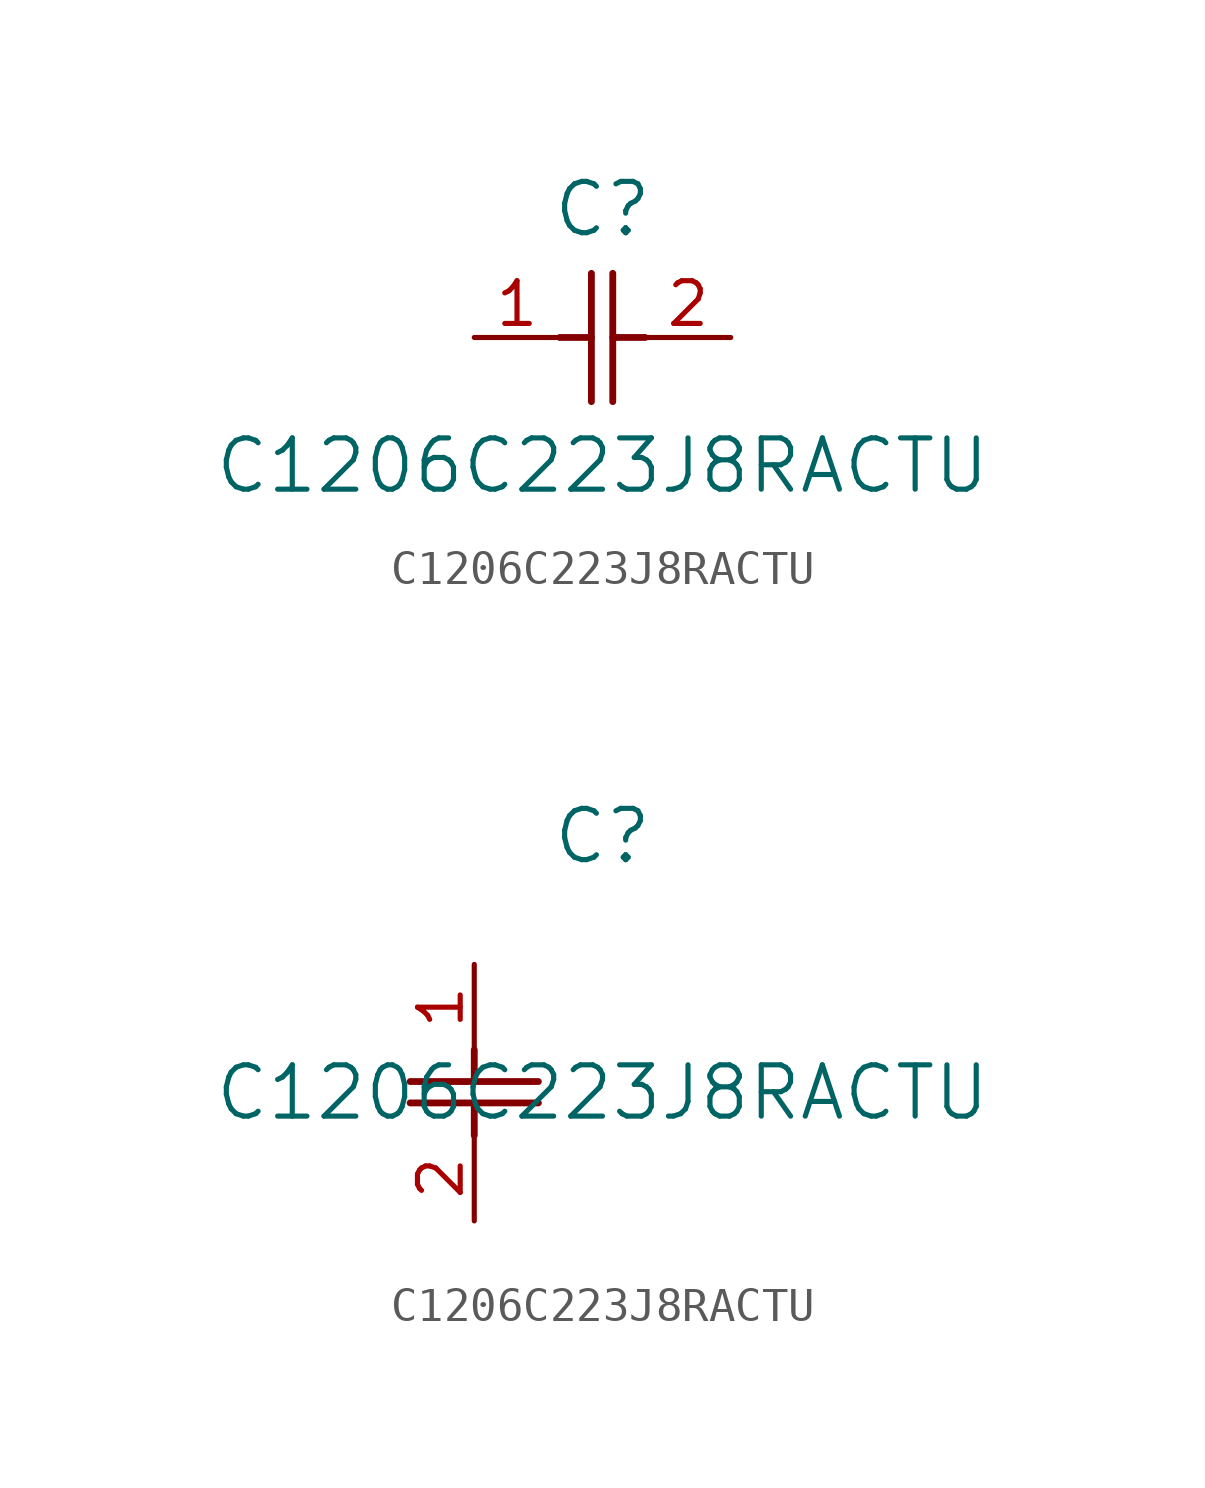
<source format=kicad_sym>
(kicad_symbol_lib
  (version 20211014)
  (generator kicad_symbol_editor)
  (symbol "C1206C223J8RACTU"
    (pin_names
      (offset 0.254))
    (property "Reference" "C"
      (at 3.81 3.81 0)
      (effects (font (size 1.524 1.524))))
    (property "Value" "C1206C223J8RACTU"
      (at 3.81 -3.81 0)
      (effects (font (size 1.524 1.524))))
    (symbol "C1206C223J8RACTU_1_1"
      (polyline (pts (xy 3.48 -1.905) (xy 3.48 1.905)) (stroke (width 0.203) (type default) (color 0 0 0 0)) (fill (type none)))
      (polyline (pts (xy 4.115 -1.905) (xy 4.115 1.905)) (stroke (width 0.203) (type default) (color 0 0 0 0)) (fill (type none)))
      (polyline (pts (xy 4.115 0) (xy 5.08 0)) (stroke (width 0.203) (type default) (color 0 0 0 0)) (fill (type none)))
      (polyline (pts (xy 2.54 0) (xy 3.48 0)) (stroke (width 0.203) (type default) (color 0 0 0 0)) (fill (type none)))
      (pin unspecified line (at 0 0 0) (length 2.54) (name "" (effects (font (size 1.27 1.27)))) (number "1" (effects (font (size 1.27 1.27)))))
      (pin unspecified line (at 7.62 0 180) (length 2.54) (name "" (effects (font (size 1.27 1.27)))) (number "2" (effects (font (size 1.27 1.27))))))
    (symbol "C1206C223J8RACTU_1_2"
      (polyline (pts (xy -1.905 -3.48) (xy 1.905 -3.48)) (stroke (width 0.203) (type default) (color 0 0 0 0)) (fill (type none)))
      (polyline (pts (xy -1.905 -4.115) (xy 1.905 -4.115)) (stroke (width 0.203) (type default) (color 0 0 0 0)) (fill (type none)))
      (polyline (pts (xy 0 -4.115) (xy 0 -5.08)) (stroke (width 0.203) (type default) (color 0 0 0 0)) (fill (type none)))
      (polyline (pts (xy 0 -2.54) (xy 0 -3.48)) (stroke (width 0.203) (type default) (color 0 0 0 0)) (fill (type none)))
      (pin unspecified line (at 0 0 270) (length 2.54) (name "" (effects (font (size 1.27 1.27)))) (number "1" (effects (font (size 1.27 1.27)))))
      (pin unspecified line (at 0 -7.62 90) (length 2.54) (name "" (effects (font (size 1.27 1.27)))) (number "2" (effects (font (size 1.27 1.27))))))))
</source>
